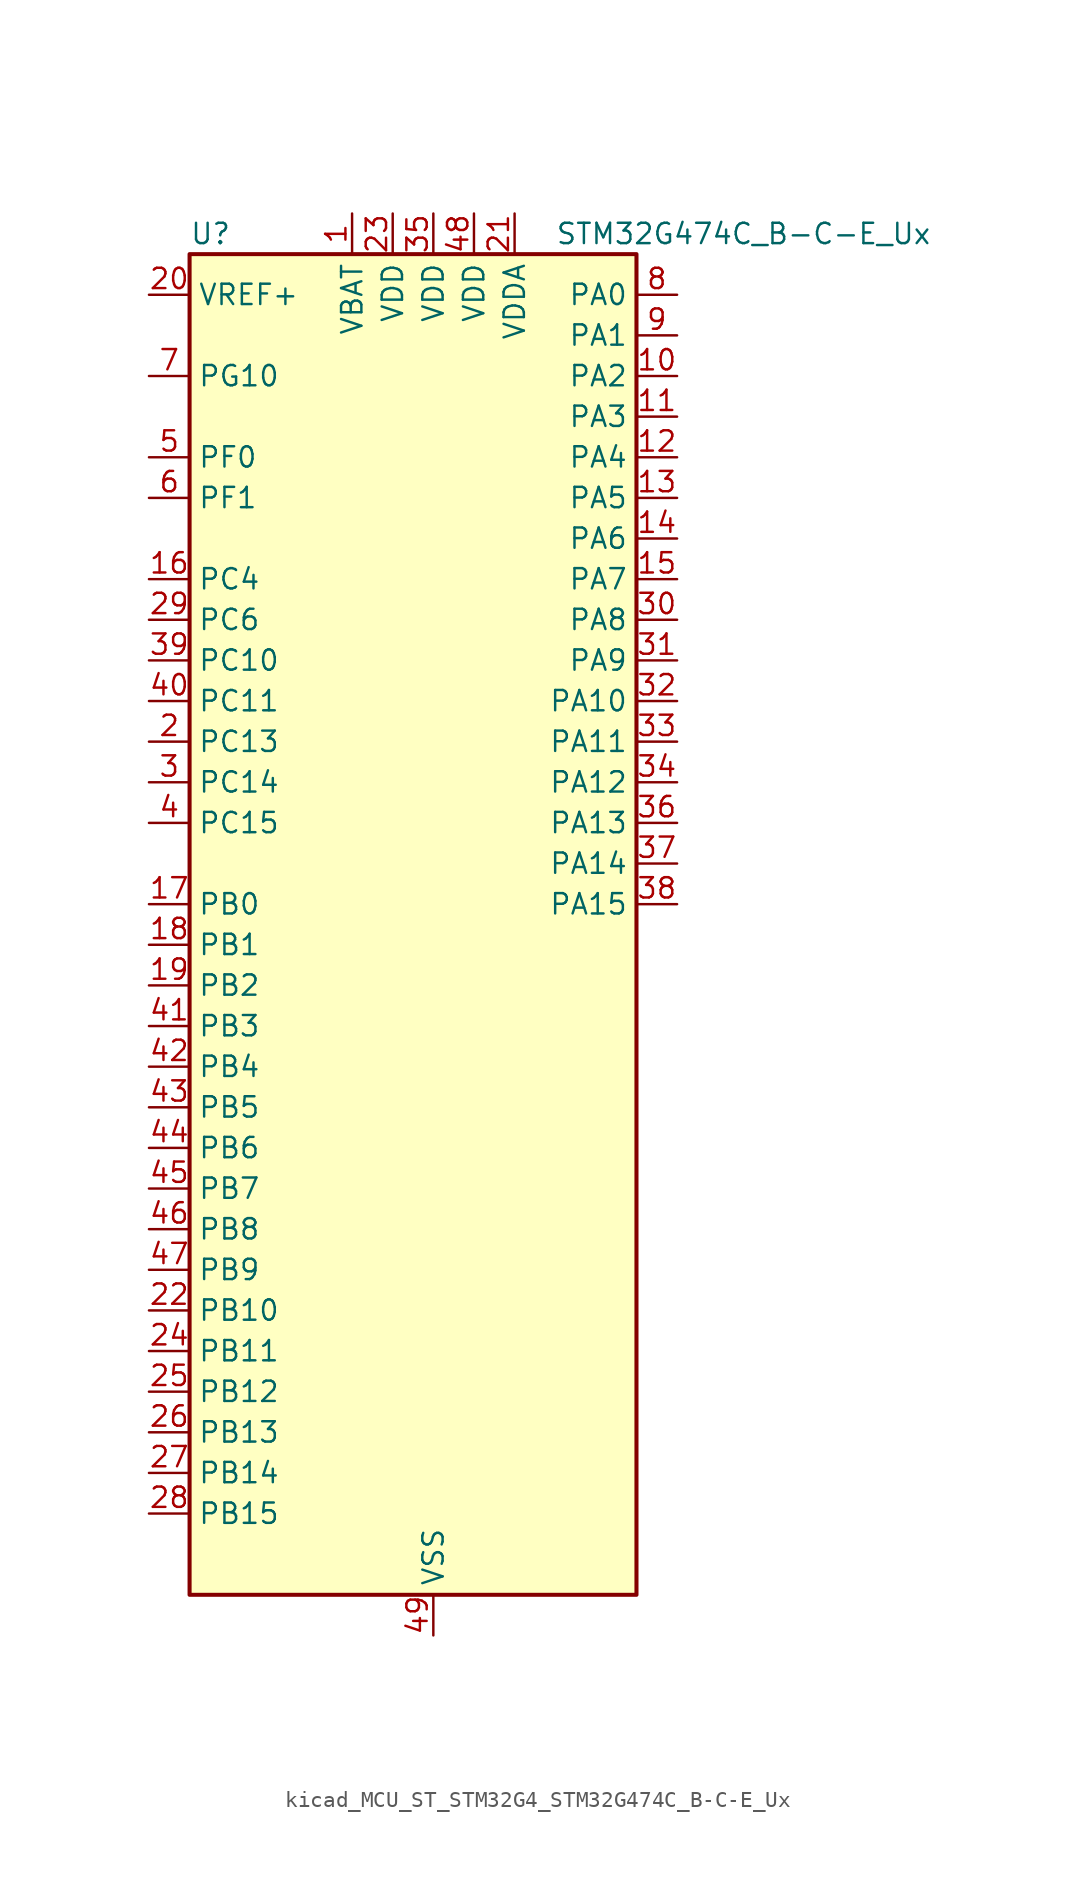
<source format=kicad_sym>
(kicad_symbol_lib
  (version 20220914)
  (generator kicad_symbol_editor)
  (symbol "kicad_MCU_ST_STM32G4_STM32G474C_B-C-E_Ux"
    (property "Reference" "U"
      (at -12.7 44.45 0)
      (effects (font (size 1.27 1.27)) (justify left)))
    (property "Value" "STM32G474C_B-C-E_Ux"
      (at 10.16 44.45 0)
      (effects (font (size 1.27 1.27)) (justify left)))
    (property "ki_locked" ""
      (at 0 0 0)
      (effects (font (size 1.27 1.27))))
    (symbol "kicad_MCU_ST_STM32G4_STM32G474C_B-C-E_Ux_0_1"
      (rectangle (start -12.7 -40.64) (end 15.24 43.18) (stroke (width 0.254) (type default)) (fill (type background))))
    (symbol "kicad_MCU_ST_STM32G4_STM32G474C_B-C-E_Ux_1_1"
      (pin power_in line (at -2.54 45.72 270) (length 2.54) (name "VBAT" (effects (font (size 1.27 1.27)))) (number "1" (effects (font (size 1.27 1.27)))))
      (pin bidirectional line (at 17.78 35.56 180) (length 2.54) (name "PA2" (effects (font (size 1.27 1.27)))) (number "10" (effects (font (size 1.27 1.27)))) (alternate "ADC1_IN3" bidirectional line) (alternate "ADC3_EXTI2" bidirectional line) (alternate "ADC4_EXTI2" bidirectional line) (alternate "ADC5_EXTI2" bidirectional line) (alternate "COMP2_INM" bidirectional line) (alternate "COMP2_OUT" bidirectional line) (alternate "LPUART1_TX" bidirectional line) (alternate "OPAMP1_VOUT" bidirectional line) (alternate "QUADSPI1_BK1_NCS" bidirectional line) (alternate "RCC_LSCO" bidirectional line) (alternate "SYS_WKUP4" bidirectional line) (alternate "TIM15_CH1" bidirectional line) (alternate "TIM2_CH3" bidirectional line) (alternate "TIM5_CH3" bidirectional line) (alternate "UCPD1_FRSTX1" bidirectional line) (alternate "UCPD1_FRSTX2" bidirectional line) (alternate "USART2_TX" bidirectional line))
      (pin bidirectional line (at 17.78 33.02 180) (length 2.54) (name "PA3" (effects (font (size 1.27 1.27)))) (number "11" (effects (font (size 1.27 1.27)))) (alternate "ADC1_IN4" bidirectional line) (alternate "ADC3_EXTI3" bidirectional line) (alternate "ADC4_EXTI3" bidirectional line) (alternate "ADC5_EXTI3" bidirectional line) (alternate "COMP2_INP" bidirectional line) (alternate "LPUART1_RX" bidirectional line) (alternate "OPAMP1_VINM" bidirectional line) (alternate "OPAMP1_VINM0" bidirectional line) (alternate "OPAMP1_VINM_SEC" bidirectional line) (alternate "OPAMP1_VINP" bidirectional line) (alternate "OPAMP1_VINP_SEC" bidirectional line) (alternate "OPAMP5_VINM" bidirectional line) (alternate "OPAMP5_VINM1" bidirectional line) (alternate "OPAMP5_VINM_SEC" bidirectional line) (alternate "QUADSPI1_CLK" bidirectional line) (alternate "SAI1_CK1" bidirectional line) (alternate "SAI1_MCLK_A" bidirectional line) (alternate "TIM15_CH2" bidirectional line) (alternate "TIM2_CH4" bidirectional line) (alternate "TIM5_CH4" bidirectional line) (alternate "USART2_RX" bidirectional line))
      (pin bidirectional line (at 17.78 30.48 180) (length 2.54) (name "PA4" (effects (font (size 1.27 1.27)))) (number "12" (effects (font (size 1.27 1.27)))) (alternate "ADC2_IN17" bidirectional line) (alternate "COMP1_INM" bidirectional line) (alternate "DAC1_OUT1" bidirectional line) (alternate "I2S3_WS" bidirectional line) (alternate "SAI1_FS_B" bidirectional line) (alternate "SPI1_NSS" bidirectional line) (alternate "SPI3_NSS" bidirectional line) (alternate "TIM3_CH2" bidirectional line) (alternate "USART2_CK" bidirectional line))
      (pin bidirectional line (at 17.78 27.94 180) (length 2.54) (name "PA5" (effects (font (size 1.27 1.27)))) (number "13" (effects (font (size 1.27 1.27)))) (alternate "ADC2_IN13" bidirectional line) (alternate "COMP2_INM" bidirectional line) (alternate "DAC1_OUT2" bidirectional line) (alternate "OPAMP2_VINM" bidirectional line) (alternate "OPAMP2_VINM0" bidirectional line) (alternate "OPAMP2_VINM_SEC" bidirectional line) (alternate "SPI1_SCK" bidirectional line) (alternate "TIM2_CH1" bidirectional line) (alternate "TIM2_ETR" bidirectional line) (alternate "UCPD1_FRSTX1" bidirectional line) (alternate "UCPD1_FRSTX2" bidirectional line))
      (pin bidirectional line (at 17.78 25.4 180) (length 2.54) (name "PA6" (effects (font (size 1.27 1.27)))) (number "14" (effects (font (size 1.27 1.27)))) (alternate "ADC2_IN3" bidirectional line) (alternate "COMP1_OUT" bidirectional line) (alternate "DAC2_OUT1" bidirectional line) (alternate "LPUART1_CTS" bidirectional line) (alternate "OPAMP2_VOUT" bidirectional line) (alternate "QUADSPI1_BK1_IO3" bidirectional line) (alternate "SPI1_MISO" bidirectional line) (alternate "TIM16_CH1" bidirectional line) (alternate "TIM1_BKIN" bidirectional line) (alternate "TIM3_CH1" bidirectional line) (alternate "TIM8_BKIN" bidirectional line))
      (pin bidirectional line (at 17.78 22.86 180) (length 2.54) (name "PA7" (effects (font (size 1.27 1.27)))) (number "15" (effects (font (size 1.27 1.27)))) (alternate "ADC2_IN4" bidirectional line) (alternate "COMP2_INP" bidirectional line) (alternate "COMP2_OUT" bidirectional line) (alternate "OPAMP1_VINP" bidirectional line) (alternate "OPAMP1_VINP_SEC" bidirectional line) (alternate "OPAMP2_VINP" bidirectional line) (alternate "OPAMP2_VINP_SEC" bidirectional line) (alternate "QUADSPI1_BK1_IO2" bidirectional line) (alternate "SPI1_MOSI" bidirectional line) (alternate "TIM17_CH1" bidirectional line) (alternate "TIM1_CH1N" bidirectional line) (alternate "TIM3_CH2" bidirectional line) (alternate "TIM8_CH1N" bidirectional line) (alternate "UCPD1_FRSTX1" bidirectional line) (alternate "UCPD1_FRSTX2" bidirectional line))
      (pin bidirectional line (at -15.24 22.86 0) (length 2.54) (name "PC4" (effects (font (size 1.27 1.27)))) (number "16" (effects (font (size 1.27 1.27)))) (alternate "ADC2_IN5" bidirectional line) (alternate "I2C2_SCL" bidirectional line) (alternate "QUADSPI1_BK2_IO3" bidirectional line) (alternate "TIM1_ETR" bidirectional line) (alternate "USART1_TX" bidirectional line))
      (pin bidirectional line (at -15.24 2.54 0) (length 2.54) (name "PB0" (effects (font (size 1.27 1.27)))) (number "17" (effects (font (size 1.27 1.27)))) (alternate "ADC1_IN15" bidirectional line) (alternate "ADC3_IN12" bidirectional line) (alternate "COMP4_INP" bidirectional line) (alternate "HRTIM1_FLT5" bidirectional line) (alternate "OPAMP2_VINP" bidirectional line) (alternate "OPAMP2_VINP_SEC" bidirectional line) (alternate "OPAMP3_VINP" bidirectional line) (alternate "OPAMP3_VINP_SEC" bidirectional line) (alternate "QUADSPI1_BK1_IO1" bidirectional line) (alternate "TIM1_CH2N" bidirectional line) (alternate "TIM3_CH3" bidirectional line) (alternate "TIM8_CH2N" bidirectional line) (alternate "UCPD1_FRSTX1" bidirectional line) (alternate "UCPD1_FRSTX2" bidirectional line))
      (pin bidirectional line (at -15.24 0 0) (length 2.54) (name "PB1" (effects (font (size 1.27 1.27)))) (number "18" (effects (font (size 1.27 1.27)))) (alternate "ADC1_IN12" bidirectional line) (alternate "ADC3_IN1" bidirectional line) (alternate "COMP1_INP" bidirectional line) (alternate "COMP4_OUT" bidirectional line) (alternate "HRTIM1_SCOUT" bidirectional line) (alternate "LPUART1_DE" bidirectional line) (alternate "LPUART1_RTS" bidirectional line) (alternate "OPAMP3_VOUT" bidirectional line) (alternate "OPAMP6_VINM" bidirectional line) (alternate "OPAMP6_VINM1" bidirectional line) (alternate "OPAMP6_VINM_SEC" bidirectional line) (alternate "QUADSPI1_BK1_IO0" bidirectional line) (alternate "TIM1_CH3N" bidirectional line) (alternate "TIM3_CH4" bidirectional line) (alternate "TIM8_CH3N" bidirectional line))
      (pin bidirectional line (at -15.24 -2.54 0) (length 2.54) (name "PB2" (effects (font (size 1.27 1.27)))) (number "19" (effects (font (size 1.27 1.27)))) (alternate "ADC2_IN12" bidirectional line) (alternate "ADC3_EXTI2" bidirectional line) (alternate "ADC4_EXTI2" bidirectional line) (alternate "ADC5_EXTI2" bidirectional line) (alternate "COMP4_INM" bidirectional line) (alternate "HRTIM1_SCIN" bidirectional line) (alternate "I2C3_SMBA" bidirectional line) (alternate "LPTIM1_OUT" bidirectional line) (alternate "OPAMP3_VINM" bidirectional line) (alternate "OPAMP3_VINM0" bidirectional line) (alternate "OPAMP3_VINM_SEC" bidirectional line) (alternate "QUADSPI1_BK2_IO1" bidirectional line) (alternate "RTC_OUT2" bidirectional line) (alternate "TIM20_CH1" bidirectional line) (alternate "TIM5_CH1" bidirectional line))
      (pin bidirectional line (at -15.24 12.7 0) (length 2.54) (name "PC13" (effects (font (size 1.27 1.27)))) (number "2" (effects (font (size 1.27 1.27)))) (alternate "RTC_OUT1" bidirectional line) (alternate "RTC_TAMP1" bidirectional line) (alternate "RTC_TS" bidirectional line) (alternate "SYS_WKUP2" bidirectional line) (alternate "TIM1_BKIN" bidirectional line) (alternate "TIM1_CH1N" bidirectional line) (alternate "TIM8_CH4N" bidirectional line))
      (pin input line (at -15.24 40.64 0) (length 2.54) (name "VREF+" (effects (font (size 1.27 1.27)))) (number "20" (effects (font (size 1.27 1.27)))) (alternate "VREFBUF_OUT" bidirectional line))
      (pin power_in line (at 7.62 45.72 270) (length 2.54) (name "VDDA" (effects (font (size 1.27 1.27)))) (number "21" (effects (font (size 1.27 1.27)))))
      (pin bidirectional line (at -15.24 -22.86 0) (length 2.54) (name "PB10" (effects (font (size 1.27 1.27)))) (number "22" (effects (font (size 1.27 1.27)))) (alternate "COMP5_INM" bidirectional line) (alternate "DAC1_EXTI10" bidirectional line) (alternate "DAC2_EXTI10" bidirectional line) (alternate "DAC3_EXTI10" bidirectional line) (alternate "DAC4_EXTI10" bidirectional line) (alternate "HRTIM1_FLT3" bidirectional line) (alternate "LPUART1_RX" bidirectional line) (alternate "OPAMP3_VINM" bidirectional line) (alternate "OPAMP3_VINM1" bidirectional line) (alternate "OPAMP3_VINM_SEC" bidirectional line) (alternate "OPAMP4_VINM" bidirectional line) (alternate "OPAMP4_VINM0" bidirectional line) (alternate "OPAMP4_VINM_SEC" bidirectional line) (alternate "QUADSPI1_CLK" bidirectional line) (alternate "SAI1_SCK_A" bidirectional line) (alternate "TIM1_BKIN" bidirectional line) (alternate "TIM2_CH3" bidirectional line) (alternate "USART3_TX" bidirectional line))
      (pin power_in line (at 0 45.72 270) (length 2.54) (name "VDD" (effects (font (size 1.27 1.27)))) (number "23" (effects (font (size 1.27 1.27)))))
      (pin bidirectional line (at -15.24 -25.4 0) (length 2.54) (name "PB11" (effects (font (size 1.27 1.27)))) (number "24" (effects (font (size 1.27 1.27)))) (alternate "ADC1_EXTI11" bidirectional line) (alternate "ADC1_IN14" bidirectional line) (alternate "ADC2_EXTI11" bidirectional line) (alternate "ADC2_IN14" bidirectional line) (alternate "COMP6_INP" bidirectional line) (alternate "HRTIM1_FLT4" bidirectional line) (alternate "LPUART1_TX" bidirectional line) (alternate "OPAMP4_VINP" bidirectional line) (alternate "OPAMP4_VINP_SEC" bidirectional line) (alternate "OPAMP6_VOUT" bidirectional line) (alternate "QUADSPI1_BK1_NCS" bidirectional line) (alternate "TIM2_CH4" bidirectional line) (alternate "USART3_RX" bidirectional line))
      (pin bidirectional line (at -15.24 -27.94 0) (length 2.54) (name "PB12" (effects (font (size 1.27 1.27)))) (number "25" (effects (font (size 1.27 1.27)))) (alternate "ADC1_IN11" bidirectional line) (alternate "ADC4_IN3" bidirectional line) (alternate "COMP7_INM" bidirectional line) (alternate "FDCAN2_RX" bidirectional line) (alternate "HRTIM1_CHC1" bidirectional line) (alternate "I2C2_SMBA" bidirectional line) (alternate "I2S2_WS" bidirectional line) (alternate "LPUART1_DE" bidirectional line) (alternate "LPUART1_RTS" bidirectional line) (alternate "OPAMP4_VOUT" bidirectional line) (alternate "OPAMP6_VINP" bidirectional line) (alternate "OPAMP6_VINP_SEC" bidirectional line) (alternate "SPI2_NSS" bidirectional line) (alternate "TIM1_BKIN" bidirectional line) (alternate "TIM5_ETR" bidirectional line) (alternate "USART3_CK" bidirectional line))
      (pin bidirectional line (at -15.24 -30.48 0) (length 2.54) (name "PB13" (effects (font (size 1.27 1.27)))) (number "26" (effects (font (size 1.27 1.27)))) (alternate "ADC3_IN5" bidirectional line) (alternate "COMP5_INP" bidirectional line) (alternate "FDCAN2_TX" bidirectional line) (alternate "HRTIM1_CHC2" bidirectional line) (alternate "I2S2_CK" bidirectional line) (alternate "LPUART1_CTS" bidirectional line) (alternate "OPAMP3_VINP" bidirectional line) (alternate "OPAMP3_VINP_SEC" bidirectional line) (alternate "OPAMP4_VINP" bidirectional line) (alternate "OPAMP4_VINP_SEC" bidirectional line) (alternate "OPAMP6_VINP" bidirectional line) (alternate "OPAMP6_VINP_SEC" bidirectional line) (alternate "SPI2_SCK" bidirectional line) (alternate "TIM1_CH1N" bidirectional line) (alternate "USART3_CTS" bidirectional line) (alternate "USART3_NSS" bidirectional line))
      (pin bidirectional line (at -15.24 -33.02 0) (length 2.54) (name "PB14" (effects (font (size 1.27 1.27)))) (number "27" (effects (font (size 1.27 1.27)))) (alternate "ADC1_IN5" bidirectional line) (alternate "ADC4_IN4" bidirectional line) (alternate "COMP4_OUT" bidirectional line) (alternate "COMP7_INP" bidirectional line) (alternate "HRTIM1_CHD1" bidirectional line) (alternate "OPAMP2_VINP" bidirectional line) (alternate "OPAMP2_VINP_SEC" bidirectional line) (alternate "OPAMP5_VINP" bidirectional line) (alternate "OPAMP5_VINP_SEC" bidirectional line) (alternate "SPI2_MISO" bidirectional line) (alternate "TIM15_CH1" bidirectional line) (alternate "TIM1_CH2N" bidirectional line) (alternate "USART3_DE" bidirectional line) (alternate "USART3_RTS" bidirectional line))
      (pin bidirectional line (at -15.24 -35.56 0) (length 2.54) (name "PB15" (effects (font (size 1.27 1.27)))) (number "28" (effects (font (size 1.27 1.27)))) (alternate "ADC1_EXTI15" bidirectional line) (alternate "ADC2_EXTI15" bidirectional line) (alternate "ADC2_IN15" bidirectional line) (alternate "ADC4_IN5" bidirectional line) (alternate "COMP3_OUT" bidirectional line) (alternate "COMP6_INM" bidirectional line) (alternate "HRTIM1_CHD2" bidirectional line) (alternate "I2S2_SD" bidirectional line) (alternate "OPAMP5_VINM" bidirectional line) (alternate "OPAMP5_VINM0" bidirectional line) (alternate "OPAMP5_VINM_SEC" bidirectional line) (alternate "RTC_REFIN" bidirectional line) (alternate "SPI2_MOSI" bidirectional line) (alternate "TIM15_CH1N" bidirectional line) (alternate "TIM15_CH2" bidirectional line) (alternate "TIM1_CH3N" bidirectional line))
      (pin bidirectional line (at -15.24 20.32 0) (length 2.54) (name "PC6" (effects (font (size 1.27 1.27)))) (number "29" (effects (font (size 1.27 1.27)))) (alternate "COMP6_OUT" bidirectional line) (alternate "HRTIM1_CHF1" bidirectional line) (alternate "HRTIM1_EEV10" bidirectional line) (alternate "I2C4_SCL" bidirectional line) (alternate "I2S2_MCK" bidirectional line) (alternate "TIM3_CH1" bidirectional line) (alternate "TIM8_CH1" bidirectional line))
      (pin bidirectional line (at -15.24 10.16 0) (length 2.54) (name "PC14" (effects (font (size 1.27 1.27)))) (number "3" (effects (font (size 1.27 1.27)))) (alternate "RCC_OSC32_IN" bidirectional line))
      (pin bidirectional line (at 17.78 20.32 180) (length 2.54) (name "PA8" (effects (font (size 1.27 1.27)))) (number "30" (effects (font (size 1.27 1.27)))) (alternate "ADC5_IN1" bidirectional line) (alternate "COMP7_OUT" bidirectional line) (alternate "FDCAN3_RX" bidirectional line) (alternate "HRTIM1_CHA1" bidirectional line) (alternate "I2C2_SDA" bidirectional line) (alternate "I2C3_SCL" bidirectional line) (alternate "I2S2_MCK" bidirectional line) (alternate "OPAMP5_VOUT" bidirectional line) (alternate "RCC_MCO" bidirectional line) (alternate "SAI1_CK2" bidirectional line) (alternate "SAI1_SCK_A" bidirectional line) (alternate "TIM1_CH1" bidirectional line) (alternate "TIM4_ETR" bidirectional line) (alternate "USART1_CK" bidirectional line))
      (pin bidirectional line (at 17.78 17.78 180) (length 2.54) (name "PA9" (effects (font (size 1.27 1.27)))) (number "31" (effects (font (size 1.27 1.27)))) (alternate "ADC5_IN2" bidirectional line) (alternate "COMP5_OUT" bidirectional line) (alternate "DAC1_EXTI9" bidirectional line) (alternate "DAC2_EXTI9" bidirectional line) (alternate "DAC3_EXTI9" bidirectional line) (alternate "DAC4_EXTI9" bidirectional line) (alternate "HRTIM1_CHA2" bidirectional line) (alternate "I2C2_SCL" bidirectional line) (alternate "I2C3_SMBA" bidirectional line) (alternate "I2S3_MCK" bidirectional line) (alternate "SAI1_FS_A" bidirectional line) (alternate "TIM15_BKIN" bidirectional line) (alternate "TIM1_CH2" bidirectional line) (alternate "TIM2_CH3" bidirectional line) (alternate "UCPD1_DBCC1" bidirectional line) (alternate "USART1_TX" bidirectional line))
      (pin bidirectional line (at 17.78 15.24 180) (length 2.54) (name "PA10" (effects (font (size 1.27 1.27)))) (number "32" (effects (font (size 1.27 1.27)))) (alternate "COMP6_OUT" bidirectional line) (alternate "CRS_SYNC" bidirectional line) (alternate "DAC1_EXTI10" bidirectional line) (alternate "DAC2_EXTI10" bidirectional line) (alternate "DAC3_EXTI10" bidirectional line) (alternate "DAC4_EXTI10" bidirectional line) (alternate "HRTIM1_CHB1" bidirectional line) (alternate "I2C2_SMBA" bidirectional line) (alternate "SAI1_D1" bidirectional line) (alternate "SAI1_SD_A" bidirectional line) (alternate "SPI2_MISO" bidirectional line) (alternate "TIM17_BKIN" bidirectional line) (alternate "TIM1_CH3" bidirectional line) (alternate "TIM2_CH4" bidirectional line) (alternate "TIM8_BKIN" bidirectional line) (alternate "UCPD1_DBCC2" bidirectional line) (alternate "USART1_RX" bidirectional line))
      (pin bidirectional line (at 17.78 12.7 180) (length 2.54) (name "PA11" (effects (font (size 1.27 1.27)))) (number "33" (effects (font (size 1.27 1.27)))) (alternate "ADC1_EXTI11" bidirectional line) (alternate "ADC2_EXTI11" bidirectional line) (alternate "COMP1_OUT" bidirectional line) (alternate "FDCAN1_RX" bidirectional line) (alternate "HRTIM1_CHB2" bidirectional line) (alternate "I2S2_SD" bidirectional line) (alternate "SPI2_MOSI" bidirectional line) (alternate "TIM1_BKIN2" bidirectional line) (alternate "TIM1_CH1N" bidirectional line) (alternate "TIM1_CH4" bidirectional line) (alternate "TIM4_CH1" bidirectional line) (alternate "USART1_CTS" bidirectional line) (alternate "USART1_NSS" bidirectional line) (alternate "USB_DM" bidirectional line))
      (pin bidirectional line (at 17.78 10.16 180) (length 2.54) (name "PA12" (effects (font (size 1.27 1.27)))) (number "34" (effects (font (size 1.27 1.27)))) (alternate "COMP2_OUT" bidirectional line) (alternate "FDCAN1_TX" bidirectional line) (alternate "HRTIM1_FLT1" bidirectional line) (alternate "I2S_CKIN" bidirectional line) (alternate "TIM16_CH1" bidirectional line) (alternate "TIM1_CH2N" bidirectional line) (alternate "TIM1_ETR" bidirectional line) (alternate "TIM4_CH2" bidirectional line) (alternate "USART1_DE" bidirectional line) (alternate "USART1_RTS" bidirectional line) (alternate "USB_DP" bidirectional line))
      (pin power_in line (at 2.54 45.72 270) (length 2.54) (name "VDD" (effects (font (size 1.27 1.27)))) (number "35" (effects (font (size 1.27 1.27)))))
      (pin bidirectional line (at 17.78 7.62 180) (length 2.54) (name "PA13" (effects (font (size 1.27 1.27)))) (number "36" (effects (font (size 1.27 1.27)))) (alternate "I2C1_SCL" bidirectional line) (alternate "I2C4_SCL" bidirectional line) (alternate "IR_OUT" bidirectional line) (alternate "SAI1_SD_B" bidirectional line) (alternate "SYS_JTMS-SWDIO" bidirectional line) (alternate "TIM16_CH1N" bidirectional line) (alternate "TIM4_CH3" bidirectional line) (alternate "USART3_CTS" bidirectional line) (alternate "USART3_NSS" bidirectional line))
      (pin bidirectional line (at 17.78 5.08 180) (length 2.54) (name "PA14" (effects (font (size 1.27 1.27)))) (number "37" (effects (font (size 1.27 1.27)))) (alternate "I2C1_SDA" bidirectional line) (alternate "I2C4_SMBA" bidirectional line) (alternate "LPTIM1_OUT" bidirectional line) (alternate "SAI1_FS_B" bidirectional line) (alternate "SYS_JTCK-SWCLK" bidirectional line) (alternate "TIM1_BKIN" bidirectional line) (alternate "TIM8_CH2" bidirectional line) (alternate "USART2_TX" bidirectional line))
      (pin bidirectional line (at 17.78 2.54 180) (length 2.54) (name "PA15" (effects (font (size 1.27 1.27)))) (number "38" (effects (font (size 1.27 1.27)))) (alternate "ADC1_EXTI15" bidirectional line) (alternate "ADC2_EXTI15" bidirectional line) (alternate "FDCAN3_TX" bidirectional line) (alternate "HRTIM1_FLT2" bidirectional line) (alternate "I2C1_SCL" bidirectional line) (alternate "I2S3_WS" bidirectional line) (alternate "SPI1_NSS" bidirectional line) (alternate "SPI3_NSS" bidirectional line) (alternate "SYS_JTDI" bidirectional line) (alternate "TIM1_BKIN" bidirectional line) (alternate "TIM2_CH1" bidirectional line) (alternate "TIM2_ETR" bidirectional line) (alternate "TIM8_CH1" bidirectional line) (alternate "UART4_DE" bidirectional line) (alternate "UART4_RTS" bidirectional line) (alternate "USART2_RX" bidirectional line))
      (pin bidirectional line (at -15.24 17.78 0) (length 2.54) (name "PC10" (effects (font (size 1.27 1.27)))) (number "39" (effects (font (size 1.27 1.27)))) (alternate "DAC1_EXTI10" bidirectional line) (alternate "DAC2_EXTI10" bidirectional line) (alternate "DAC3_EXTI10" bidirectional line) (alternate "DAC4_EXTI10" bidirectional line) (alternate "HRTIM1_FLT6" bidirectional line) (alternate "I2S3_CK" bidirectional line) (alternate "SPI3_SCK" bidirectional line) (alternate "TIM8_CH1N" bidirectional line) (alternate "UART4_TX" bidirectional line) (alternate "USART3_TX" bidirectional line))
      (pin bidirectional line (at -15.24 7.62 0) (length 2.54) (name "PC15" (effects (font (size 1.27 1.27)))) (number "4" (effects (font (size 1.27 1.27)))) (alternate "ADC1_EXTI15" bidirectional line) (alternate "ADC2_EXTI15" bidirectional line) (alternate "RCC_OSC32_OUT" bidirectional line))
      (pin bidirectional line (at -15.24 15.24 0) (length 2.54) (name "PC11" (effects (font (size 1.27 1.27)))) (number "40" (effects (font (size 1.27 1.27)))) (alternate "ADC1_EXTI11" bidirectional line) (alternate "ADC2_EXTI11" bidirectional line) (alternate "HRTIM1_EEV2" bidirectional line) (alternate "I2C3_SDA" bidirectional line) (alternate "SPI3_MISO" bidirectional line) (alternate "TIM8_CH2N" bidirectional line) (alternate "UART4_RX" bidirectional line) (alternate "USART3_RX" bidirectional line))
      (pin bidirectional line (at -15.24 -5.08 0) (length 2.54) (name "PB3" (effects (font (size 1.27 1.27)))) (number "41" (effects (font (size 1.27 1.27)))) (alternate "ADC3_EXTI3" bidirectional line) (alternate "ADC4_EXTI3" bidirectional line) (alternate "ADC5_EXTI3" bidirectional line) (alternate "CRS_SYNC" bidirectional line) (alternate "FDCAN3_RX" bidirectional line) (alternate "HRTIM1_EEV9" bidirectional line) (alternate "HRTIM1_SCOUT" bidirectional line) (alternate "I2S3_CK" bidirectional line) (alternate "SAI1_SCK_B" bidirectional line) (alternate "SPI1_SCK" bidirectional line) (alternate "SPI3_SCK" bidirectional line) (alternate "SYS_JTDO-SWO" bidirectional line) (alternate "TIM2_CH2" bidirectional line) (alternate "TIM3_ETR" bidirectional line) (alternate "TIM4_ETR" bidirectional line) (alternate "TIM8_CH1N" bidirectional line) (alternate "USART2_TX" bidirectional line))
      (pin bidirectional line (at -15.24 -7.62 0) (length 2.54) (name "PB4" (effects (font (size 1.27 1.27)))) (number "42" (effects (font (size 1.27 1.27)))) (alternate "FDCAN3_TX" bidirectional line) (alternate "HRTIM1_EEV7" bidirectional line) (alternate "SAI1_MCLK_B" bidirectional line) (alternate "SPI1_MISO" bidirectional line) (alternate "SPI3_MISO" bidirectional line) (alternate "SYS_JTRST" bidirectional line) (alternate "TIM16_CH1" bidirectional line) (alternate "TIM17_BKIN" bidirectional line) (alternate "TIM3_CH1" bidirectional line) (alternate "TIM8_CH2N" bidirectional line) (alternate "UCPD1_CC2" bidirectional line) (alternate "USART2_RX" bidirectional line))
      (pin bidirectional line (at -15.24 -10.16 0) (length 2.54) (name "PB5" (effects (font (size 1.27 1.27)))) (number "43" (effects (font (size 1.27 1.27)))) (alternate "FDCAN2_RX" bidirectional line) (alternate "HRTIM1_EEV6" bidirectional line) (alternate "I2C1_SMBA" bidirectional line) (alternate "I2C3_SDA" bidirectional line) (alternate "I2S3_SD" bidirectional line) (alternate "LPTIM1_IN1" bidirectional line) (alternate "SAI1_SD_B" bidirectional line) (alternate "SPI1_MOSI" bidirectional line) (alternate "SPI3_MOSI" bidirectional line) (alternate "TIM16_BKIN" bidirectional line) (alternate "TIM17_CH1" bidirectional line) (alternate "TIM3_CH2" bidirectional line) (alternate "TIM8_CH3N" bidirectional line) (alternate "USART2_CK" bidirectional line))
      (pin bidirectional line (at -15.24 -12.7 0) (length 2.54) (name "PB6" (effects (font (size 1.27 1.27)))) (number "44" (effects (font (size 1.27 1.27)))) (alternate "COMP4_OUT" bidirectional line) (alternate "FDCAN2_TX" bidirectional line) (alternate "HRTIM1_EEV4" bidirectional line) (alternate "HRTIM1_SCIN" bidirectional line) (alternate "LPTIM1_ETR" bidirectional line) (alternate "SAI1_FS_B" bidirectional line) (alternate "TIM16_CH1N" bidirectional line) (alternate "TIM4_CH1" bidirectional line) (alternate "TIM8_BKIN2" bidirectional line) (alternate "TIM8_CH1" bidirectional line) (alternate "TIM8_ETR" bidirectional line) (alternate "UCPD1_CC1" bidirectional line) (alternate "USART1_TX" bidirectional line))
      (pin bidirectional line (at -15.24 -15.24 0) (length 2.54) (name "PB7" (effects (font (size 1.27 1.27)))) (number "45" (effects (font (size 1.27 1.27)))) (alternate "COMP3_OUT" bidirectional line) (alternate "HRTIM1_EEV3" bidirectional line) (alternate "I2C1_SDA" bidirectional line) (alternate "I2C4_SDA" bidirectional line) (alternate "LPTIM1_IN2" bidirectional line) (alternate "SYS_PVD_IN" bidirectional line) (alternate "TIM17_CH1N" bidirectional line) (alternate "TIM3_CH4" bidirectional line) (alternate "TIM4_CH2" bidirectional line) (alternate "TIM8_BKIN" bidirectional line) (alternate "UART4_CTS" bidirectional line) (alternate "USART1_RX" bidirectional line))
      (pin bidirectional line (at -15.24 -17.78 0) (length 2.54) (name "PB8" (effects (font (size 1.27 1.27)))) (number "46" (effects (font (size 1.27 1.27)))) (alternate "COMP1_OUT" bidirectional line) (alternate "FDCAN1_RX" bidirectional line) (alternate "HRTIM1_EEV8" bidirectional line) (alternate "I2C1_SCL" bidirectional line) (alternate "SAI1_CK1" bidirectional line) (alternate "SAI1_MCLK_A" bidirectional line) (alternate "TIM16_CH1" bidirectional line) (alternate "TIM1_BKIN" bidirectional line) (alternate "TIM4_CH3" bidirectional line) (alternate "TIM8_CH2" bidirectional line) (alternate "USART3_RX" bidirectional line))
      (pin bidirectional line (at -15.24 -20.32 0) (length 2.54) (name "PB9" (effects (font (size 1.27 1.27)))) (number "47" (effects (font (size 1.27 1.27)))) (alternate "COMP2_OUT" bidirectional line) (alternate "DAC1_EXTI9" bidirectional line) (alternate "DAC2_EXTI9" bidirectional line) (alternate "DAC3_EXTI9" bidirectional line) (alternate "DAC4_EXTI9" bidirectional line) (alternate "FDCAN1_TX" bidirectional line) (alternate "HRTIM1_EEV5" bidirectional line) (alternate "I2C1_SDA" bidirectional line) (alternate "IR_OUT" bidirectional line) (alternate "SAI1_D2" bidirectional line) (alternate "SAI1_FS_A" bidirectional line) (alternate "TIM17_CH1" bidirectional line) (alternate "TIM1_CH3N" bidirectional line) (alternate "TIM4_CH4" bidirectional line) (alternate "TIM8_CH3" bidirectional line) (alternate "USART3_TX" bidirectional line))
      (pin power_in line (at 5.08 45.72 270) (length 2.54) (name "VDD" (effects (font (size 1.27 1.27)))) (number "48" (effects (font (size 1.27 1.27)))))
      (pin power_in line (at 2.54 -43.18 90) (length 2.54) (name "VSS" (effects (font (size 1.27 1.27)))) (number "49" (effects (font (size 1.27 1.27)))))
      (pin bidirectional line (at -15.24 30.48 0) (length 2.54) (name "PF0" (effects (font (size 1.27 1.27)))) (number "5" (effects (font (size 1.27 1.27)))) (alternate "ADC1_IN10" bidirectional line) (alternate "I2C2_SDA" bidirectional line) (alternate "I2S2_WS" bidirectional line) (alternate "RCC_OSC_IN" bidirectional line) (alternate "SPI2_NSS" bidirectional line) (alternate "TIM1_CH3N" bidirectional line))
      (pin bidirectional line (at -15.24 27.94 0) (length 2.54) (name "PF1" (effects (font (size 1.27 1.27)))) (number "6" (effects (font (size 1.27 1.27)))) (alternate "ADC2_IN10" bidirectional line) (alternate "COMP3_INM" bidirectional line) (alternate "I2S2_CK" bidirectional line) (alternate "RCC_OSC_OUT" bidirectional line) (alternate "SPI2_SCK" bidirectional line))
      (pin bidirectional line (at -15.24 35.56 0) (length 2.54) (name "PG10" (effects (font (size 1.27 1.27)))) (number "7" (effects (font (size 1.27 1.27)))) (alternate "DAC1_EXTI10" bidirectional line) (alternate "DAC2_EXTI10" bidirectional line) (alternate "DAC3_EXTI10" bidirectional line) (alternate "DAC4_EXTI10" bidirectional line) (alternate "RCC_MCO" bidirectional line))
      (pin bidirectional line (at 17.78 40.64 180) (length 2.54) (name "PA0" (effects (font (size 1.27 1.27)))) (number "8" (effects (font (size 1.27 1.27)))) (alternate "ADC1_IN1" bidirectional line) (alternate "ADC2_IN1" bidirectional line) (alternate "COMP1_INM" bidirectional line) (alternate "COMP1_OUT" bidirectional line) (alternate "COMP3_INP" bidirectional line) (alternate "RTC_TAMP2" bidirectional line) (alternate "SYS_WKUP1" bidirectional line) (alternate "TIM2_CH1" bidirectional line) (alternate "TIM2_ETR" bidirectional line) (alternate "TIM5_CH1" bidirectional line) (alternate "TIM8_BKIN" bidirectional line) (alternate "TIM8_ETR" bidirectional line) (alternate "USART2_CTS" bidirectional line) (alternate "USART2_NSS" bidirectional line))
      (pin bidirectional line (at 17.78 38.1 180) (length 2.54) (name "PA1" (effects (font (size 1.27 1.27)))) (number "9" (effects (font (size 1.27 1.27)))) (alternate "ADC1_IN2" bidirectional line) (alternate "ADC2_IN2" bidirectional line) (alternate "COMP1_INP" bidirectional line) (alternate "OPAMP1_VINP" bidirectional line) (alternate "OPAMP1_VINP_SEC" bidirectional line) (alternate "OPAMP3_VINP" bidirectional line) (alternate "OPAMP3_VINP_SEC" bidirectional line) (alternate "OPAMP6_VINM" bidirectional line) (alternate "OPAMP6_VINM0" bidirectional line) (alternate "OPAMP6_VINM_SEC" bidirectional line) (alternate "RTC_REFIN" bidirectional line) (alternate "TIM15_CH1N" bidirectional line) (alternate "TIM2_CH2" bidirectional line) (alternate "TIM5_CH2" bidirectional line) (alternate "USART2_DE" bidirectional line) (alternate "USART2_RTS" bidirectional line)))))
</source>
